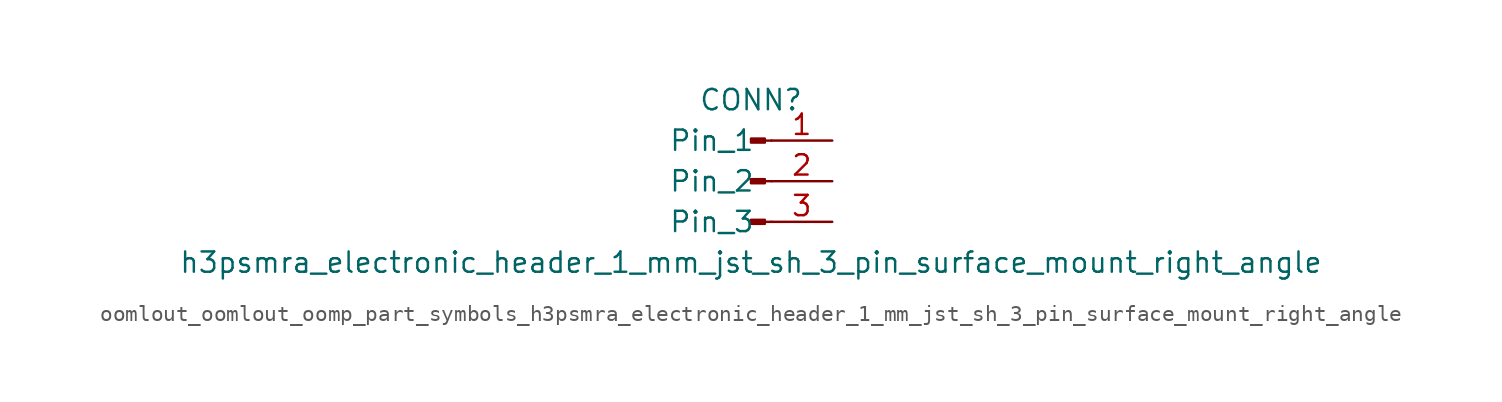
<source format=kicad_sym>
(kicad_symbol_lib
  (version 20220914)
  (generator kicad_symbol_editor)
  (symbol "oomlout_oomlout_oomp_part_symbols_h3psmra_electronic_header_1_mm_jst_sh_3_pin_surface_mount_right_angle"
    (pin_names
      (offset 1.016))
    (property "Reference" "CONN"
      (at 0 5.08 0)
      (effects (font (size 1.27 1.27))))
    (property "Value" "h3psmra_electronic_header_1_mm_jst_sh_3_pin_surface_mount_right_angle"
      (at 0 -5.08 0)
      (effects (font (size 1.27 1.27))))
    (property "ki_locked" ""
      (at 0 0 0)
      (effects (font (size 1.27 1.27))))
    (symbol "oomlout_oomlout_oomp_part_symbols_h3psmra_electronic_header_1_mm_jst_sh_3_pin_surface_mount_right_angle_1_1"
      (polyline (pts (xy 1.27 -2.54) (xy 0.864 -2.54)) (stroke (width 0.152) (type default)) (fill (type none)))
      (polyline (pts (xy 1.27 0) (xy 0.864 0)) (stroke (width 0.152) (type default)) (fill (type none)))
      (polyline (pts (xy 1.27 2.54) (xy 0.864 2.54)) (stroke (width 0.152) (type default)) (fill (type none)))
      (rectangle (start 0.864 -2.413) (end 0 -2.667) (stroke (width 0.152) (type default)) (fill (type outline)))
      (rectangle (start 0.864 0.127) (end 0 -0.127) (stroke (width 0.152) (type default)) (fill (type outline)))
      (rectangle (start 0.864 2.667) (end 0 2.413) (stroke (width 0.152) (type default)) (fill (type outline)))
      (pin passive line (at 5.08 2.54 180) (length 3.81) (name "Pin_1" (effects (font (size 1.27 1.27)))) (number "1" (effects (font (size 1.27 1.27)))))
      (pin passive line (at 5.08 0 180) (length 3.81) (name "Pin_2" (effects (font (size 1.27 1.27)))) (number "2" (effects (font (size 1.27 1.27)))))
      (pin passive line (at 5.08 -2.54 180) (length 3.81) (name "Pin_3" (effects (font (size 1.27 1.27)))) (number "3" (effects (font (size 1.27 1.27))))))))
</source>
